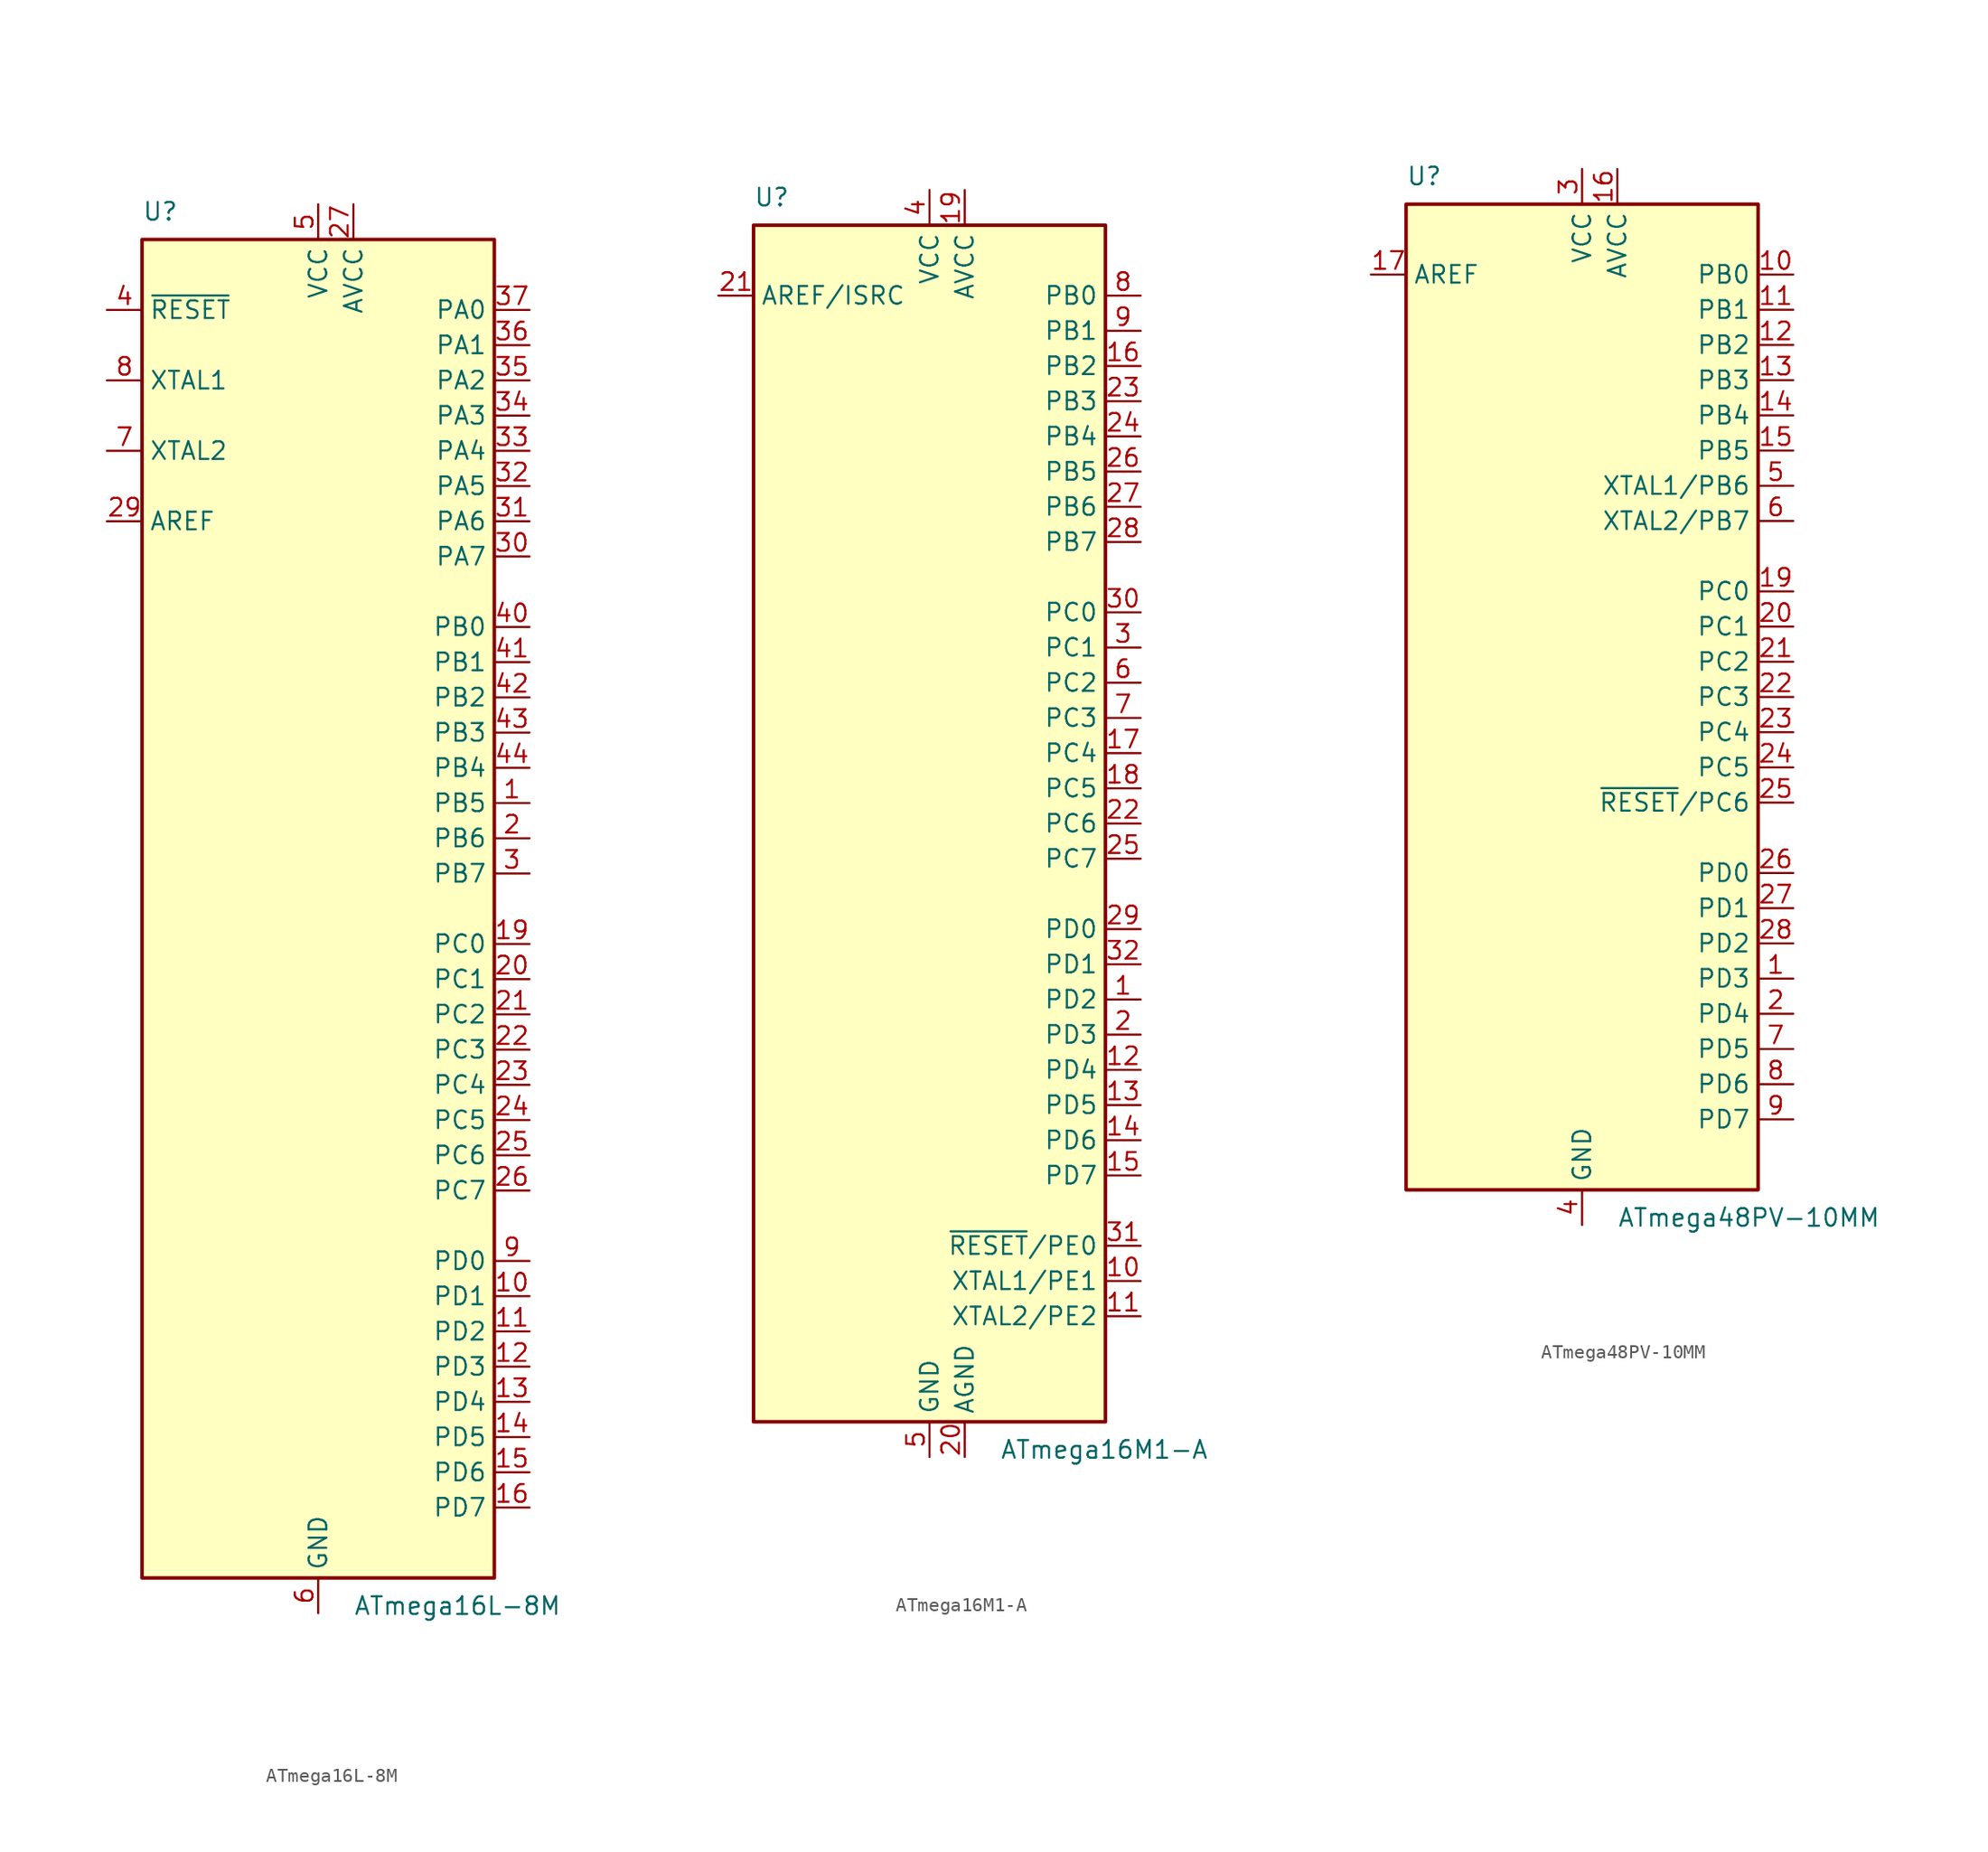
<source format=kicad_sym>
(kicad_symbol_lib
  (version 20211014)
  (generator kicad_symbol_editor)
  (symbol "ATmega16L-8M"
    (property "Reference" "U"
      (at -12.7 49.53 0)
      (effects (font (size 1.27 1.27)) (justify left bottom)))
    (property "Value" "ATmega16L-8M"
      (at 2.54 -49.53 0)
      (effects (font (size 1.27 1.27)) (justify left top)))
    (symbol "ATmega16L-8M_0_1"
      (rectangle (start -12.7 -48.26) (end 12.7 48.26) (stroke (width 0.254) (type default) (color 0 0 0 0)) (fill (type background))))
    (symbol "ATmega16L-8M_1_1"
      (pin bidirectional line (at 15.24 7.62 180) (length 2.54) (name "PB5" (effects (font (size 1.27 1.27)))) (number "1" (effects (font (size 1.27 1.27)))))
      (pin bidirectional line (at 15.24 -27.94 180) (length 2.54) (name "PD1" (effects (font (size 1.27 1.27)))) (number "10" (effects (font (size 1.27 1.27)))))
      (pin bidirectional line (at 15.24 -30.48 180) (length 2.54) (name "PD2" (effects (font (size 1.27 1.27)))) (number "11" (effects (font (size 1.27 1.27)))))
      (pin bidirectional line (at 15.24 -33.02 180) (length 2.54) (name "PD3" (effects (font (size 1.27 1.27)))) (number "12" (effects (font (size 1.27 1.27)))))
      (pin bidirectional line (at 15.24 -35.56 180) (length 2.54) (name "PD4" (effects (font (size 1.27 1.27)))) (number "13" (effects (font (size 1.27 1.27)))))
      (pin bidirectional line (at 15.24 -38.1 180) (length 2.54) (name "PD5" (effects (font (size 1.27 1.27)))) (number "14" (effects (font (size 1.27 1.27)))))
      (pin bidirectional line (at 15.24 -40.64 180) (length 2.54) (name "PD6" (effects (font (size 1.27 1.27)))) (number "15" (effects (font (size 1.27 1.27)))))
      (pin bidirectional line (at 15.24 -43.18 180) (length 2.54) (name "PD7" (effects (font (size 1.27 1.27)))) (number "16" (effects (font (size 1.27 1.27)))))
      (pin passive line (at 0 50.8 270) (length 2.54) hide (name "VCC" (effects (font (size 1.27 1.27)))) (number "17" (effects (font (size 1.27 1.27)))))
      (pin passive line (at 0 -50.8 90) (length 2.54) hide (name "GND" (effects (font (size 1.27 1.27)))) (number "18" (effects (font (size 1.27 1.27)))))
      (pin bidirectional line (at 15.24 -2.54 180) (length 2.54) (name "PC0" (effects (font (size 1.27 1.27)))) (number "19" (effects (font (size 1.27 1.27)))))
      (pin bidirectional line (at 15.24 5.08 180) (length 2.54) (name "PB6" (effects (font (size 1.27 1.27)))) (number "2" (effects (font (size 1.27 1.27)))))
      (pin bidirectional line (at 15.24 -5.08 180) (length 2.54) (name "PC1" (effects (font (size 1.27 1.27)))) (number "20" (effects (font (size 1.27 1.27)))))
      (pin bidirectional line (at 15.24 -7.62 180) (length 2.54) (name "PC2" (effects (font (size 1.27 1.27)))) (number "21" (effects (font (size 1.27 1.27)))))
      (pin bidirectional line (at 15.24 -10.16 180) (length 2.54) (name "PC3" (effects (font (size 1.27 1.27)))) (number "22" (effects (font (size 1.27 1.27)))))
      (pin bidirectional line (at 15.24 -12.7 180) (length 2.54) (name "PC4" (effects (font (size 1.27 1.27)))) (number "23" (effects (font (size 1.27 1.27)))))
      (pin bidirectional line (at 15.24 -15.24 180) (length 2.54) (name "PC5" (effects (font (size 1.27 1.27)))) (number "24" (effects (font (size 1.27 1.27)))))
      (pin bidirectional line (at 15.24 -17.78 180) (length 2.54) (name "PC6" (effects (font (size 1.27 1.27)))) (number "25" (effects (font (size 1.27 1.27)))))
      (pin bidirectional line (at 15.24 -20.32 180) (length 2.54) (name "PC7" (effects (font (size 1.27 1.27)))) (number "26" (effects (font (size 1.27 1.27)))))
      (pin power_in line (at 2.54 50.8 270) (length 2.54) (name "AVCC" (effects (font (size 1.27 1.27)))) (number "27" (effects (font (size 1.27 1.27)))))
      (pin passive line (at 0 -50.8 90) (length 2.54) hide (name "GND" (effects (font (size 1.27 1.27)))) (number "28" (effects (font (size 1.27 1.27)))))
      (pin passive line (at -15.24 27.94 0) (length 2.54) (name "AREF" (effects (font (size 1.27 1.27)))) (number "29" (effects (font (size 1.27 1.27)))))
      (pin bidirectional line (at 15.24 2.54 180) (length 2.54) (name "PB7" (effects (font (size 1.27 1.27)))) (number "3" (effects (font (size 1.27 1.27)))))
      (pin bidirectional line (at 15.24 25.4 180) (length 2.54) (name "PA7" (effects (font (size 1.27 1.27)))) (number "30" (effects (font (size 1.27 1.27)))))
      (pin bidirectional line (at 15.24 27.94 180) (length 2.54) (name "PA6" (effects (font (size 1.27 1.27)))) (number "31" (effects (font (size 1.27 1.27)))))
      (pin bidirectional line (at 15.24 30.48 180) (length 2.54) (name "PA5" (effects (font (size 1.27 1.27)))) (number "32" (effects (font (size 1.27 1.27)))))
      (pin bidirectional line (at 15.24 33.02 180) (length 2.54) (name "PA4" (effects (font (size 1.27 1.27)))) (number "33" (effects (font (size 1.27 1.27)))))
      (pin bidirectional line (at 15.24 35.56 180) (length 2.54) (name "PA3" (effects (font (size 1.27 1.27)))) (number "34" (effects (font (size 1.27 1.27)))))
      (pin bidirectional line (at 15.24 38.1 180) (length 2.54) (name "PA2" (effects (font (size 1.27 1.27)))) (number "35" (effects (font (size 1.27 1.27)))))
      (pin bidirectional line (at 15.24 40.64 180) (length 2.54) (name "PA1" (effects (font (size 1.27 1.27)))) (number "36" (effects (font (size 1.27 1.27)))))
      (pin bidirectional line (at 15.24 43.18 180) (length 2.54) (name "PA0" (effects (font (size 1.27 1.27)))) (number "37" (effects (font (size 1.27 1.27)))))
      (pin passive line (at 0 50.8 270) (length 2.54) hide (name "VCC" (effects (font (size 1.27 1.27)))) (number "38" (effects (font (size 1.27 1.27)))))
      (pin passive line (at 0 -50.8 90) (length 2.54) hide (name "GND" (effects (font (size 1.27 1.27)))) (number "39" (effects (font (size 1.27 1.27)))))
      (pin input line (at -15.24 43.18 0) (length 2.54) (name "~{RESET}" (effects (font (size 1.27 1.27)))) (number "4" (effects (font (size 1.27 1.27)))))
      (pin bidirectional line (at 15.24 20.32 180) (length 2.54) (name "PB0" (effects (font (size 1.27 1.27)))) (number "40" (effects (font (size 1.27 1.27)))))
      (pin bidirectional line (at 15.24 17.78 180) (length 2.54) (name "PB1" (effects (font (size 1.27 1.27)))) (number "41" (effects (font (size 1.27 1.27)))))
      (pin bidirectional line (at 15.24 15.24 180) (length 2.54) (name "PB2" (effects (font (size 1.27 1.27)))) (number "42" (effects (font (size 1.27 1.27)))))
      (pin bidirectional line (at 15.24 12.7 180) (length 2.54) (name "PB3" (effects (font (size 1.27 1.27)))) (number "43" (effects (font (size 1.27 1.27)))))
      (pin bidirectional line (at 15.24 10.16 180) (length 2.54) (name "PB4" (effects (font (size 1.27 1.27)))) (number "44" (effects (font (size 1.27 1.27)))))
      (pin passive line (at 0 -50.8 90) (length 2.54) hide (name "GND" (effects (font (size 1.27 1.27)))) (number "45" (effects (font (size 1.27 1.27)))))
      (pin power_in line (at 0 50.8 270) (length 2.54) (name "VCC" (effects (font (size 1.27 1.27)))) (number "5" (effects (font (size 1.27 1.27)))))
      (pin power_in line (at 0 -50.8 90) (length 2.54) (name "GND" (effects (font (size 1.27 1.27)))) (number "6" (effects (font (size 1.27 1.27)))))
      (pin output line (at -15.24 33.02 0) (length 2.54) (name "XTAL2" (effects (font (size 1.27 1.27)))) (number "7" (effects (font (size 1.27 1.27)))))
      (pin input line (at -15.24 38.1 0) (length 2.54) (name "XTAL1" (effects (font (size 1.27 1.27)))) (number "8" (effects (font (size 1.27 1.27)))))
      (pin bidirectional line (at 15.24 -25.4 180) (length 2.54) (name "PD0" (effects (font (size 1.27 1.27)))) (number "9" (effects (font (size 1.27 1.27)))))))
  (symbol "ATmega16M1-A"
    (property "Reference" "U"
      (at -12.7 44.45 0)
      (effects (font (size 1.27 1.27)) (justify left bottom)))
    (property "Value" "ATmega16M1-A"
      (at 5.08 -44.45 0)
      (effects (font (size 1.27 1.27)) (justify left top)))
    (symbol "ATmega16M1-A_0_1"
      (rectangle (start -12.7 -43.18) (end 12.7 43.18) (stroke (width 0.254) (type default) (color 0 0 0 0)) (fill (type background))))
    (symbol "ATmega16M1-A_1_1"
      (pin bidirectional line (at 15.24 -12.7 180) (length 2.54) (name "PD2" (effects (font (size 1.27 1.27)))) (number "1" (effects (font (size 1.27 1.27)))))
      (pin bidirectional line (at 15.24 -33.02 180) (length 2.54) (name "XTAL1/PE1" (effects (font (size 1.27 1.27)))) (number "10" (effects (font (size 1.27 1.27)))))
      (pin bidirectional line (at 15.24 -35.56 180) (length 2.54) (name "XTAL2/PE2" (effects (font (size 1.27 1.27)))) (number "11" (effects (font (size 1.27 1.27)))))
      (pin bidirectional line (at 15.24 -17.78 180) (length 2.54) (name "PD4" (effects (font (size 1.27 1.27)))) (number "12" (effects (font (size 1.27 1.27)))))
      (pin bidirectional line (at 15.24 -20.32 180) (length 2.54) (name "PD5" (effects (font (size 1.27 1.27)))) (number "13" (effects (font (size 1.27 1.27)))))
      (pin bidirectional line (at 15.24 -22.86 180) (length 2.54) (name "PD6" (effects (font (size 1.27 1.27)))) (number "14" (effects (font (size 1.27 1.27)))))
      (pin bidirectional line (at 15.24 -25.4 180) (length 2.54) (name "PD7" (effects (font (size 1.27 1.27)))) (number "15" (effects (font (size 1.27 1.27)))))
      (pin bidirectional line (at 15.24 33.02 180) (length 2.54) (name "PB2" (effects (font (size 1.27 1.27)))) (number "16" (effects (font (size 1.27 1.27)))))
      (pin bidirectional line (at 15.24 5.08 180) (length 2.54) (name "PC4" (effects (font (size 1.27 1.27)))) (number "17" (effects (font (size 1.27 1.27)))))
      (pin bidirectional line (at 15.24 2.54 180) (length 2.54) (name "PC5" (effects (font (size 1.27 1.27)))) (number "18" (effects (font (size 1.27 1.27)))))
      (pin power_in line (at 2.54 45.72 270) (length 2.54) (name "AVCC" (effects (font (size 1.27 1.27)))) (number "19" (effects (font (size 1.27 1.27)))))
      (pin bidirectional line (at 15.24 -15.24 180) (length 2.54) (name "PD3" (effects (font (size 1.27 1.27)))) (number "2" (effects (font (size 1.27 1.27)))))
      (pin power_in line (at 2.54 -45.72 90) (length 2.54) (name "AGND" (effects (font (size 1.27 1.27)))) (number "20" (effects (font (size 1.27 1.27)))))
      (pin passive line (at -15.24 38.1 0) (length 2.54) (name "AREF/ISRC" (effects (font (size 1.27 1.27)))) (number "21" (effects (font (size 1.27 1.27)))))
      (pin bidirectional line (at 15.24 0 180) (length 2.54) (name "PC6" (effects (font (size 1.27 1.27)))) (number "22" (effects (font (size 1.27 1.27)))))
      (pin bidirectional line (at 15.24 30.48 180) (length 2.54) (name "PB3" (effects (font (size 1.27 1.27)))) (number "23" (effects (font (size 1.27 1.27)))))
      (pin bidirectional line (at 15.24 27.94 180) (length 2.54) (name "PB4" (effects (font (size 1.27 1.27)))) (number "24" (effects (font (size 1.27 1.27)))))
      (pin bidirectional line (at 15.24 -2.54 180) (length 2.54) (name "PC7" (effects (font (size 1.27 1.27)))) (number "25" (effects (font (size 1.27 1.27)))))
      (pin bidirectional line (at 15.24 25.4 180) (length 2.54) (name "PB5" (effects (font (size 1.27 1.27)))) (number "26" (effects (font (size 1.27 1.27)))))
      (pin bidirectional line (at 15.24 22.86 180) (length 2.54) (name "PB6" (effects (font (size 1.27 1.27)))) (number "27" (effects (font (size 1.27 1.27)))))
      (pin bidirectional line (at 15.24 20.32 180) (length 2.54) (name "PB7" (effects (font (size 1.27 1.27)))) (number "28" (effects (font (size 1.27 1.27)))))
      (pin bidirectional line (at 15.24 -7.62 180) (length 2.54) (name "PD0" (effects (font (size 1.27 1.27)))) (number "29" (effects (font (size 1.27 1.27)))))
      (pin bidirectional line (at 15.24 12.7 180) (length 2.54) (name "PC1" (effects (font (size 1.27 1.27)))) (number "3" (effects (font (size 1.27 1.27)))))
      (pin bidirectional line (at 15.24 15.24 180) (length 2.54) (name "PC0" (effects (font (size 1.27 1.27)))) (number "30" (effects (font (size 1.27 1.27)))))
      (pin bidirectional line (at 15.24 -30.48 180) (length 2.54) (name "~{RESET}/PE0" (effects (font (size 1.27 1.27)))) (number "31" (effects (font (size 1.27 1.27)))))
      (pin bidirectional line (at 15.24 -10.16 180) (length 2.54) (name "PD1" (effects (font (size 1.27 1.27)))) (number "32" (effects (font (size 1.27 1.27)))))
      (pin power_in line (at 0 45.72 270) (length 2.54) (name "VCC" (effects (font (size 1.27 1.27)))) (number "4" (effects (font (size 1.27 1.27)))))
      (pin power_in line (at 0 -45.72 90) (length 2.54) (name "GND" (effects (font (size 1.27 1.27)))) (number "5" (effects (font (size 1.27 1.27)))))
      (pin bidirectional line (at 15.24 10.16 180) (length 2.54) (name "PC2" (effects (font (size 1.27 1.27)))) (number "6" (effects (font (size 1.27 1.27)))))
      (pin bidirectional line (at 15.24 7.62 180) (length 2.54) (name "PC3" (effects (font (size 1.27 1.27)))) (number "7" (effects (font (size 1.27 1.27)))))
      (pin bidirectional line (at 15.24 38.1 180) (length 2.54) (name "PB0" (effects (font (size 1.27 1.27)))) (number "8" (effects (font (size 1.27 1.27)))))
      (pin bidirectional line (at 15.24 35.56 180) (length 2.54) (name "PB1" (effects (font (size 1.27 1.27)))) (number "9" (effects (font (size 1.27 1.27)))))))
  (symbol "ATmega48PV-10MM"
    (property "Reference" "U"
      (at -12.7 36.83 0)
      (effects (font (size 1.27 1.27)) (justify left bottom)))
    (property "Value" "ATmega48PV-10MM"
      (at 2.54 -36.83 0)
      (effects (font (size 1.27 1.27)) (justify left top)))
    (symbol "ATmega48PV-10MM_0_1"
      (rectangle (start -12.7 -35.56) (end 12.7 35.56) (stroke (width 0.254) (type default) (color 0 0 0 0)) (fill (type background))))
    (symbol "ATmega48PV-10MM_1_1"
      (pin bidirectional line (at 15.24 -20.32 180) (length 2.54) (name "PD3" (effects (font (size 1.27 1.27)))) (number "1" (effects (font (size 1.27 1.27)))))
      (pin bidirectional line (at 15.24 30.48 180) (length 2.54) (name "PB0" (effects (font (size 1.27 1.27)))) (number "10" (effects (font (size 1.27 1.27)))))
      (pin bidirectional line (at 15.24 27.94 180) (length 2.54) (name "PB1" (effects (font (size 1.27 1.27)))) (number "11" (effects (font (size 1.27 1.27)))))
      (pin bidirectional line (at 15.24 25.4 180) (length 2.54) (name "PB2" (effects (font (size 1.27 1.27)))) (number "12" (effects (font (size 1.27 1.27)))))
      (pin bidirectional line (at 15.24 22.86 180) (length 2.54) (name "PB3" (effects (font (size 1.27 1.27)))) (number "13" (effects (font (size 1.27 1.27)))))
      (pin bidirectional line (at 15.24 20.32 180) (length 2.54) (name "PB4" (effects (font (size 1.27 1.27)))) (number "14" (effects (font (size 1.27 1.27)))))
      (pin bidirectional line (at 15.24 17.78 180) (length 2.54) (name "PB5" (effects (font (size 1.27 1.27)))) (number "15" (effects (font (size 1.27 1.27)))))
      (pin power_in line (at 2.54 38.1 270) (length 2.54) (name "AVCC" (effects (font (size 1.27 1.27)))) (number "16" (effects (font (size 1.27 1.27)))))
      (pin passive line (at -15.24 30.48 0) (length 2.54) (name "AREF" (effects (font (size 1.27 1.27)))) (number "17" (effects (font (size 1.27 1.27)))))
      (pin passive line (at 0 -38.1 90) (length 2.54) hide (name "GND" (effects (font (size 1.27 1.27)))) (number "18" (effects (font (size 1.27 1.27)))))
      (pin bidirectional line (at 15.24 7.62 180) (length 2.54) (name "PC0" (effects (font (size 1.27 1.27)))) (number "19" (effects (font (size 1.27 1.27)))))
      (pin bidirectional line (at 15.24 -22.86 180) (length 2.54) (name "PD4" (effects (font (size 1.27 1.27)))) (number "2" (effects (font (size 1.27 1.27)))))
      (pin bidirectional line (at 15.24 5.08 180) (length 2.54) (name "PC1" (effects (font (size 1.27 1.27)))) (number "20" (effects (font (size 1.27 1.27)))))
      (pin bidirectional line (at 15.24 2.54 180) (length 2.54) (name "PC2" (effects (font (size 1.27 1.27)))) (number "21" (effects (font (size 1.27 1.27)))))
      (pin bidirectional line (at 15.24 0 180) (length 2.54) (name "PC3" (effects (font (size 1.27 1.27)))) (number "22" (effects (font (size 1.27 1.27)))))
      (pin bidirectional line (at 15.24 -2.54 180) (length 2.54) (name "PC4" (effects (font (size 1.27 1.27)))) (number "23" (effects (font (size 1.27 1.27)))))
      (pin bidirectional line (at 15.24 -5.08 180) (length 2.54) (name "PC5" (effects (font (size 1.27 1.27)))) (number "24" (effects (font (size 1.27 1.27)))))
      (pin bidirectional line (at 15.24 -7.62 180) (length 2.54) (name "~{RESET}/PC6" (effects (font (size 1.27 1.27)))) (number "25" (effects (font (size 1.27 1.27)))))
      (pin bidirectional line (at 15.24 -12.7 180) (length 2.54) (name "PD0" (effects (font (size 1.27 1.27)))) (number "26" (effects (font (size 1.27 1.27)))))
      (pin bidirectional line (at 15.24 -15.24 180) (length 2.54) (name "PD1" (effects (font (size 1.27 1.27)))) (number "27" (effects (font (size 1.27 1.27)))))
      (pin bidirectional line (at 15.24 -17.78 180) (length 2.54) (name "PD2" (effects (font (size 1.27 1.27)))) (number "28" (effects (font (size 1.27 1.27)))))
      (pin passive line (at 0 -38.1 90) (length 2.54) hide (name "GND" (effects (font (size 1.27 1.27)))) (number "29" (effects (font (size 1.27 1.27)))))
      (pin power_in line (at 0 38.1 270) (length 2.54) (name "VCC" (effects (font (size 1.27 1.27)))) (number "3" (effects (font (size 1.27 1.27)))))
      (pin power_in line (at 0 -38.1 90) (length 2.54) (name "GND" (effects (font (size 1.27 1.27)))) (number "4" (effects (font (size 1.27 1.27)))))
      (pin bidirectional line (at 15.24 15.24 180) (length 2.54) (name "XTAL1/PB6" (effects (font (size 1.27 1.27)))) (number "5" (effects (font (size 1.27 1.27)))))
      (pin bidirectional line (at 15.24 12.7 180) (length 2.54) (name "XTAL2/PB7" (effects (font (size 1.27 1.27)))) (number "6" (effects (font (size 1.27 1.27)))))
      (pin bidirectional line (at 15.24 -25.4 180) (length 2.54) (name "PD5" (effects (font (size 1.27 1.27)))) (number "7" (effects (font (size 1.27 1.27)))))
      (pin bidirectional line (at 15.24 -27.94 180) (length 2.54) (name "PD6" (effects (font (size 1.27 1.27)))) (number "8" (effects (font (size 1.27 1.27)))))
      (pin bidirectional line (at 15.24 -30.48 180) (length 2.54) (name "PD7" (effects (font (size 1.27 1.27)))) (number "9" (effects (font (size 1.27 1.27))))))))
</source>
